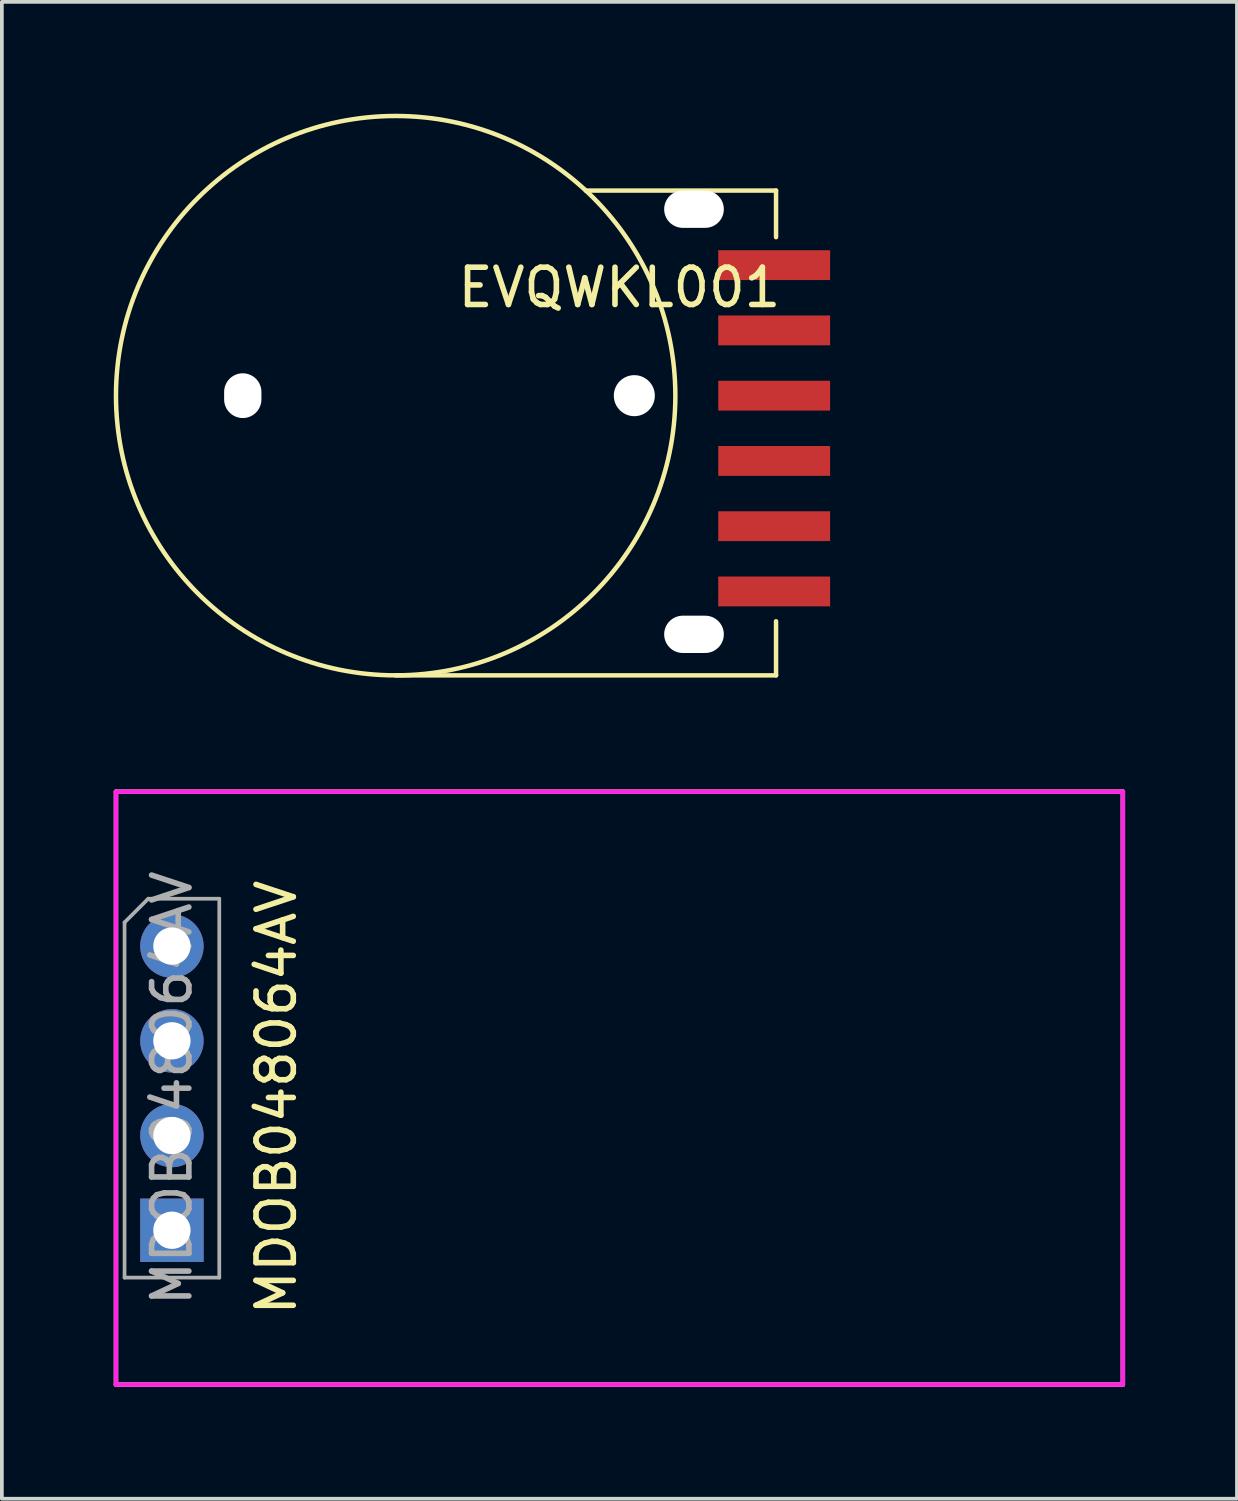
<source format=kicad_pcb>
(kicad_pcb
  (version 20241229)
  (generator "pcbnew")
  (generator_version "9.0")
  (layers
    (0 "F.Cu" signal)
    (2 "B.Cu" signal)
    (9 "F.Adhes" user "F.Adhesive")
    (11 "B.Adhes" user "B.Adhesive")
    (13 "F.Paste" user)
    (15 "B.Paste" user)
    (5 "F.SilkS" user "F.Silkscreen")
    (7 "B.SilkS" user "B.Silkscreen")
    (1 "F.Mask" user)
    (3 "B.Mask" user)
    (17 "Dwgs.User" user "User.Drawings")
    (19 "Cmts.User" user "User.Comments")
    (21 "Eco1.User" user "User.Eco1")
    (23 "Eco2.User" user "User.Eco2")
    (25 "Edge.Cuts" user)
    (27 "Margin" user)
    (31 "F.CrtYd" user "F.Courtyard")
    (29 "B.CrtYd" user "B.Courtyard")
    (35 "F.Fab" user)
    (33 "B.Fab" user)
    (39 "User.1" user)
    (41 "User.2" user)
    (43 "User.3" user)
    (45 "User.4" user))
  (footprint "EVQWKL001"
    (layer "F.Cu")
    (at 13.96 7.56)
    (property "Reference" "EVQWKL001" (at -0.4 -2.9 0) (unlocked yes) (layer "F.SilkS") (effects (font (size 1 1) (thickness 0.15))))
    (attr smd)
    (fp_line (start -6.4 7.5) (end 3.8 7.5) (stroke (width 0.12) (type default)) (layer "F.SilkS"))
    (fp_line (start 3.8 -5.5) (end -1.3 -5.5) (stroke (width 0.12) (type default)) (layer "F.SilkS"))
    (fp_line (start 3.8 -5.5) (end 3.8 -4.25) (stroke (width 0.12) (type default)) (layer "F.SilkS"))
    (fp_line (start 3.8 7.5) (end 3.8 6.05) (stroke (width 0.12) (type default)) (layer "F.SilkS"))
    (fp_circle (center -6.4 0) (end -6.4 -7.5) (stroke (width 0.12) (type default)) (fill no) (layer "F.SilkS"))
    (pad "" np_thru_hole oval (at -10.5 0) (size 1 1.2) (drill oval 1 1.2) (layers "*.Cu" "*.Mask"))
    (pad "" np_thru_hole circle (at 0 0) (size 1.1 1.1) (drill 1.2) (layers "*.Cu" "*.Mask"))
    (pad "" np_thru_hole oval (at 1.6 -5) (size 1.6 1) (drill oval 1.6 1) (layers "*.Cu" "*.Mask"))
    (pad "" np_thru_hole oval (at 1.6 6.4) (size 1.6 1) (drill oval 1.6 1) (layers "*.Cu" "*.Mask"))
    (pad "1" smd rect (at 3.75 5.25) (size 3 0.8) (layers "F.Cu" "F.Mask" "F.Paste"))
    (pad "2" smd rect (at 3.75 3.5) (size 3 0.8) (layers "F.Cu" "F.Mask" "F.Paste"))
    (pad "3" smd rect (at 3.75 1.75) (size 3 0.8) (layers "F.Cu" "F.Mask" "F.Paste"))
    (pad "4" smd rect (at 3.75 0) (size 3 0.8) (layers "F.Cu" "F.Mask" "F.Paste"))
    (pad "5" smd rect (at 3.75 -1.75) (size 3 0.8) (layers "F.Cu" "F.Mask" "F.Paste"))
    (pad "6" smd rect (at 3.75 -3.5) (size 3 0.8) (layers "F.Cu" "F.Mask" "F.Paste")))
  (footprint "MDOB048064AV"
    (layer "F.Cu")
    (at 1.56 22.32)
    (property "Reference" "MDOB048064AV" (at 2.8 4.06 270) (layer "F.SilkS") (effects (font (size 1 1) (thickness 0.15))))
    (attr through_hole)
    (fp_line (start -1.5 -4.14) (end -1.5 11.76) (stroke (width 0.12) (type solid)) (layer "F.SilkS"))
    (fp_line (start -1.5 11.76) (end 25.5 11.76) (stroke (width 0.12) (type solid)) (layer "F.SilkS"))
    (fp_line (start 25.5 -4.14) (end -1.5 -4.14) (stroke (width 0.12) (type solid)) (layer "F.SilkS"))
    (fp_line (start 25.5 11.76) (end 25.5 -4.14) (stroke (width 0.12) (type solid)) (layer "F.SilkS"))
    (fp_line (start -1.5 -4.14) (end 25.5 -4.14) (stroke (width 0.12) (type solid)) (layer "F.CrtYd"))
    (fp_line (start -1.5 11.76) (end -1.5 -4.14) (stroke (width 0.12) (type solid)) (layer "F.CrtYd"))
    (fp_line (start 25.5 -4.14) (end 25.5 11.76) (stroke (width 0.12) (type solid)) (layer "F.CrtYd"))
    (fp_line (start 25.5 11.76) (end -1.5 11.76) (stroke (width 0.12) (type solid)) (layer "F.CrtYd"))
    (fp_line (start -1.27 -0.635) (end -0.635 -1.27) (stroke (width 0.1) (type solid)) (layer "F.Fab"))
    (fp_line (start -1.27 8.89) (end -1.27 -0.635) (stroke (width 0.1) (type solid)) (layer "F.Fab"))
    (fp_line (start -0.635 -1.27) (end 1.27 -1.27) (stroke (width 0.1) (type solid)) (layer "F.Fab"))
    (fp_line (start 1.27 -1.27) (end 1.27 8.89) (stroke (width 0.1) (type solid)) (layer "F.Fab"))
    (fp_line (start 1.27 8.89) (end -1.27 8.89) (stroke (width 0.1) (type solid)) (layer "F.Fab"))
    (fp_text user "${REFERENCE}" (at 0 3.81 270) (layer "F.Fab") (effects (font (size 1 1) (thickness 0.15))))
    (pad "1" thru_hole rect (at 0 7.62) (size 1.7 1.7) (drill 1) (layers "*.Cu" "*.Mask"))
    (pad "2" thru_hole oval (at 0 5.08) (size 1.7 1.7) (drill 1) (layers "*.Cu" "*.Mask"))
    (pad "3" thru_hole oval (at 0 2.54) (size 1.7 1.7) (drill 1) (layers "*.Cu" "*.Mask"))
    (pad "4" thru_hole circle (at 0 0) (size 1.7 1.7) (drill 1) (layers "*.Cu" "*.Mask")))
  (gr_rect
    (start -3 -3)
    (end 30.12 37.14)
    (stroke (width 0.1) (type default))
    (fill no)
    (layer "Edge.Cuts")))
</source>
